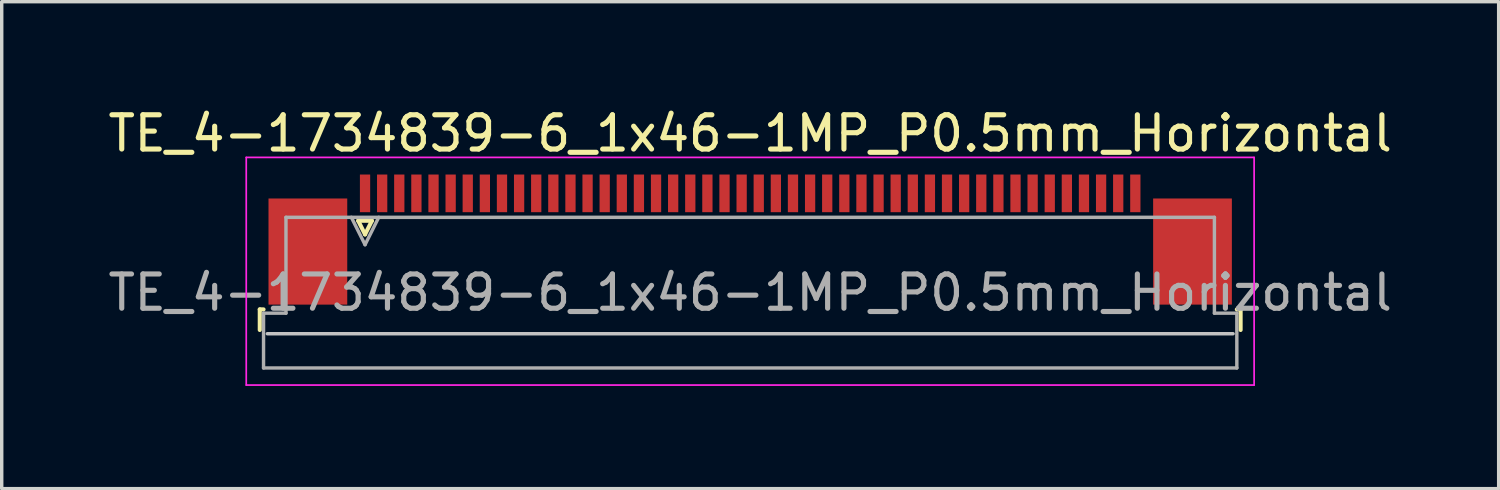
<source format=kicad_pcb>
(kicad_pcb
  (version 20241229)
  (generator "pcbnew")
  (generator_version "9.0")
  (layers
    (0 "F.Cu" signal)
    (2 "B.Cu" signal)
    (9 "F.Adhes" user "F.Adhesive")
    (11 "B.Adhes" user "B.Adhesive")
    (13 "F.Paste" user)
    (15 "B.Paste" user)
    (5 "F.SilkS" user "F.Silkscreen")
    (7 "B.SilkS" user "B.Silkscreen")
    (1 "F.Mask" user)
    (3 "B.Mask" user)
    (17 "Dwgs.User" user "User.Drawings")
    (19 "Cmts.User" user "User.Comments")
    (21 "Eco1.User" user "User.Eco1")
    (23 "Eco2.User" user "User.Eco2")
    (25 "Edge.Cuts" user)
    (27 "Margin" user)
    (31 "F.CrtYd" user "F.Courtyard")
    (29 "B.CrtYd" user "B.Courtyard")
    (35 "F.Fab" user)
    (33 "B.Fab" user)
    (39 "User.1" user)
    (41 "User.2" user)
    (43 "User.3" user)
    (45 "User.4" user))
  (footprint "TE_4-1734839-6_1x46-1MP_P0.5mm_Horizontal"
    (layer "F.Cu")
    (at 18.863 3.948)
    (property "Reference" "TE_4-1734839-6_1x46-1MP_P0.5mm_Horizontal" (at 0 -3.1 0) (layer "F.SilkS") (effects (font (size 1 1) (thickness 0.15))))
    (attr smd)
    (fp_line (start -14.325 2.04) (end -14.325 2.64) (stroke (width 0.12) (type solid)) (layer "F.SilkS"))
    (fp_line (start -14.215 2.04) (end -14.325 2.04) (stroke (width 0.12) (type solid)) (layer "F.SilkS"))
    (fp_line (start -11.45 -0.55) (end -11.25 -0.15) (stroke (width 0.12) (type solid)) (layer "F.SilkS"))
    (fp_line (start -11.25 -0.15) (end -11.05 -0.55) (stroke (width 0.12) (type solid)) (layer "F.SilkS"))
    (fp_line (start -11.05 -0.55) (end -11.45 -0.55) (stroke (width 0.12) (type solid)) (layer "F.SilkS"))
    (fp_line (start 14.215 2.04) (end 14.325 2.04) (stroke (width 0.12) (type solid)) (layer "F.SilkS"))
    (fp_line (start 14.325 2.04) (end 14.325 2.64) (stroke (width 0.12) (type solid)) (layer "F.SilkS"))
    (fp_line (start 14.105 2.75) (end -14.105 2.75) (stroke (width 0.1) (type solid)) (layer "Dwgs.User"))
    (fp_line (start -14.72 -2.4) (end -14.72 4.25) (stroke (width 0.05) (type solid)) (layer "F.CrtYd"))
    (fp_line (start -14.72 4.25) (end 14.72 4.25) (stroke (width 0.05) (type solid)) (layer "F.CrtYd"))
    (fp_line (start 14.72 -2.4) (end -14.72 -2.4) (stroke (width 0.05) (type solid)) (layer "F.CrtYd"))
    (fp_line (start 14.72 4.25) (end 14.72 -2.4) (stroke (width 0.05) (type solid)) (layer "F.CrtYd"))
    (fp_line (start -14.215 2.15) (end -13.56 2.15) (stroke (width 0.1) (type solid)) (layer "F.Fab"))
    (fp_line (start -14.215 3.75) (end -14.215 2.15) (stroke (width 0.1) (type solid)) (layer "F.Fab"))
    (fp_line (start -13.56 -0.65) (end 13.56 -0.65) (stroke (width 0.1) (type solid)) (layer "F.Fab"))
    (fp_line (start -13.56 2.15) (end -13.56 -0.65) (stroke (width 0.1) (type solid)) (layer "F.Fab"))
    (fp_line (start -11.65 -0.65) (end -11.25 0.15) (stroke (width 0.1) (type solid)) (layer "F.Fab"))
    (fp_line (start -11.25 0.15) (end -10.85 -0.65) (stroke (width 0.1) (type solid)) (layer "F.Fab"))
    (fp_line (start 13.56 -0.65) (end 13.56 2.15) (stroke (width 0.1) (type solid)) (layer "F.Fab"))
    (fp_line (start 13.56 2.15) (end 14.215 2.15) (stroke (width 0.1) (type solid)) (layer "F.Fab"))
    (fp_line (start 14.215 2.15) (end 14.215 3.75) (stroke (width 0.1) (type solid)) (layer "F.Fab"))
    (fp_line (start 14.215 3.75) (end -14.215 3.75) (stroke (width 0.1) (type solid)) (layer "F.Fab"))
    (fp_text user "${REFERENCE}" (at 0 1.55 0) (layer "F.Fab") (effects (font (size 1 1) (thickness 0.15))))
    (pad "1" smd rect (at -11.25 -1.35) (size 0.3 1.1) (layers "F.Cu" "F.Mask" "F.Paste"))
    (pad "2" smd rect (at -10.75 -1.35) (size 0.3 1.1) (layers "F.Cu" "F.Mask" "F.Paste"))
    (pad "3" smd rect (at -10.25 -1.35) (size 0.3 1.1) (layers "F.Cu" "F.Mask" "F.Paste"))
    (pad "4" smd rect (at -9.75 -1.35) (size 0.3 1.1) (layers "F.Cu" "F.Mask" "F.Paste"))
    (pad "5" smd rect (at -9.25 -1.35) (size 0.3 1.1) (layers "F.Cu" "F.Mask" "F.Paste"))
    (pad "6" smd rect (at -8.75 -1.35) (size 0.3 1.1) (layers "F.Cu" "F.Mask" "F.Paste"))
    (pad "7" smd rect (at -8.25 -1.35) (size 0.3 1.1) (layers "F.Cu" "F.Mask" "F.Paste"))
    (pad "8" smd rect (at -7.75 -1.35) (size 0.3 1.1) (layers "F.Cu" "F.Mask" "F.Paste"))
    (pad "9" smd rect (at -7.25 -1.35) (size 0.3 1.1) (layers "F.Cu" "F.Mask" "F.Paste"))
    (pad "10" smd rect (at -6.75 -1.35) (size 0.3 1.1) (layers "F.Cu" "F.Mask" "F.Paste"))
    (pad "11" smd rect (at -6.25 -1.35) (size 0.3 1.1) (layers "F.Cu" "F.Mask" "F.Paste"))
    (pad "12" smd rect (at -5.75 -1.35) (size 0.3 1.1) (layers "F.Cu" "F.Mask" "F.Paste"))
    (pad "13" smd rect (at -5.25 -1.35) (size 0.3 1.1) (layers "F.Cu" "F.Mask" "F.Paste"))
    (pad "14" smd rect (at -4.75 -1.35) (size 0.3 1.1) (layers "F.Cu" "F.Mask" "F.Paste"))
    (pad "15" smd rect (at -4.25 -1.35) (size 0.3 1.1) (layers "F.Cu" "F.Mask" "F.Paste"))
    (pad "16" smd rect (at -3.75 -1.35) (size 0.3 1.1) (layers "F.Cu" "F.Mask" "F.Paste"))
    (pad "17" smd rect (at -3.25 -1.35) (size 0.3 1.1) (layers "F.Cu" "F.Mask" "F.Paste"))
    (pad "18" smd rect (at -2.75 -1.35) (size 0.3 1.1) (layers "F.Cu" "F.Mask" "F.Paste"))
    (pad "19" smd rect (at -2.25 -1.35) (size 0.3 1.1) (layers "F.Cu" "F.Mask" "F.Paste"))
    (pad "20" smd rect (at -1.75 -1.35) (size 0.3 1.1) (layers "F.Cu" "F.Mask" "F.Paste"))
    (pad "21" smd rect (at -1.25 -1.35) (size 0.3 1.1) (layers "F.Cu" "F.Mask" "F.Paste"))
    (pad "22" smd rect (at -0.75 -1.35) (size 0.3 1.1) (layers "F.Cu" "F.Mask" "F.Paste"))
    (pad "23" smd rect (at -0.25 -1.35) (size 0.3 1.1) (layers "F.Cu" "F.Mask" "F.Paste"))
    (pad "24" smd rect (at 0.25 -1.35) (size 0.3 1.1) (layers "F.Cu" "F.Mask" "F.Paste"))
    (pad "25" smd rect (at 0.75 -1.35) (size 0.3 1.1) (layers "F.Cu" "F.Mask" "F.Paste"))
    (pad "26" smd rect (at 1.25 -1.35) (size 0.3 1.1) (layers "F.Cu" "F.Mask" "F.Paste"))
    (pad "27" smd rect (at 1.75 -1.35) (size 0.3 1.1) (layers "F.Cu" "F.Mask" "F.Paste"))
    (pad "28" smd rect (at 2.25 -1.35) (size 0.3 1.1) (layers "F.Cu" "F.Mask" "F.Paste"))
    (pad "29" smd rect (at 2.75 -1.35) (size 0.3 1.1) (layers "F.Cu" "F.Mask" "F.Paste"))
    (pad "30" smd rect (at 3.25 -1.35) (size 0.3 1.1) (layers "F.Cu" "F.Mask" "F.Paste"))
    (pad "31" smd rect (at 3.75 -1.35) (size 0.3 1.1) (layers "F.Cu" "F.Mask" "F.Paste"))
    (pad "32" smd rect (at 4.25 -1.35) (size 0.3 1.1) (layers "F.Cu" "F.Mask" "F.Paste"))
    (pad "33" smd rect (at 4.75 -1.35) (size 0.3 1.1) (layers "F.Cu" "F.Mask" "F.Paste"))
    (pad "34" smd rect (at 5.25 -1.35) (size 0.3 1.1) (layers "F.Cu" "F.Mask" "F.Paste"))
    (pad "35" smd rect (at 5.75 -1.35) (size 0.3 1.1) (layers "F.Cu" "F.Mask" "F.Paste"))
    (pad "36" smd rect (at 6.25 -1.35) (size 0.3 1.1) (layers "F.Cu" "F.Mask" "F.Paste"))
    (pad "37" smd rect (at 6.75 -1.35) (size 0.3 1.1) (layers "F.Cu" "F.Mask" "F.Paste"))
    (pad "38" smd rect (at 7.25 -1.35) (size 0.3 1.1) (layers "F.Cu" "F.Mask" "F.Paste"))
    (pad "39" smd rect (at 7.75 -1.35) (size 0.3 1.1) (layers "F.Cu" "F.Mask" "F.Paste"))
    (pad "40" smd rect (at 8.25 -1.35) (size 0.3 1.1) (layers "F.Cu" "F.Mask" "F.Paste"))
    (pad "41" smd rect (at 8.75 -1.35) (size 0.3 1.1) (layers "F.Cu" "F.Mask" "F.Paste"))
    (pad "42" smd rect (at 9.25 -1.35) (size 0.3 1.1) (layers "F.Cu" "F.Mask" "F.Paste"))
    (pad "43" smd rect (at 9.75 -1.35) (size 0.3 1.1) (layers "F.Cu" "F.Mask" "F.Paste"))
    (pad "44" smd rect (at 10.25 -1.35) (size 0.3 1.1) (layers "F.Cu" "F.Mask" "F.Paste"))
    (pad "45" smd rect (at 10.75 -1.35) (size 0.3 1.1) (layers "F.Cu" "F.Mask" "F.Paste"))
    (pad "46" smd rect (at 11.25 -1.35) (size 0.3 1.1) (layers "F.Cu" "F.Mask" "F.Paste"))
    (pad "MP" smd rect (at -12.92 0.35) (size 2.3 3.1) (layers "F.Cu" "F.Mask" "F.Paste"))
    (pad "MP" smd rect (at 12.92 0.35) (size 2.3 3.1) (layers "F.Cu" "F.Mask" "F.Paste")))
  (gr_rect
    (start -3 -3)
    (end 40.726 11.223)
    (stroke (width 0.1) (type default))
    (fill no)
    (layer "Edge.Cuts")))
</source>
